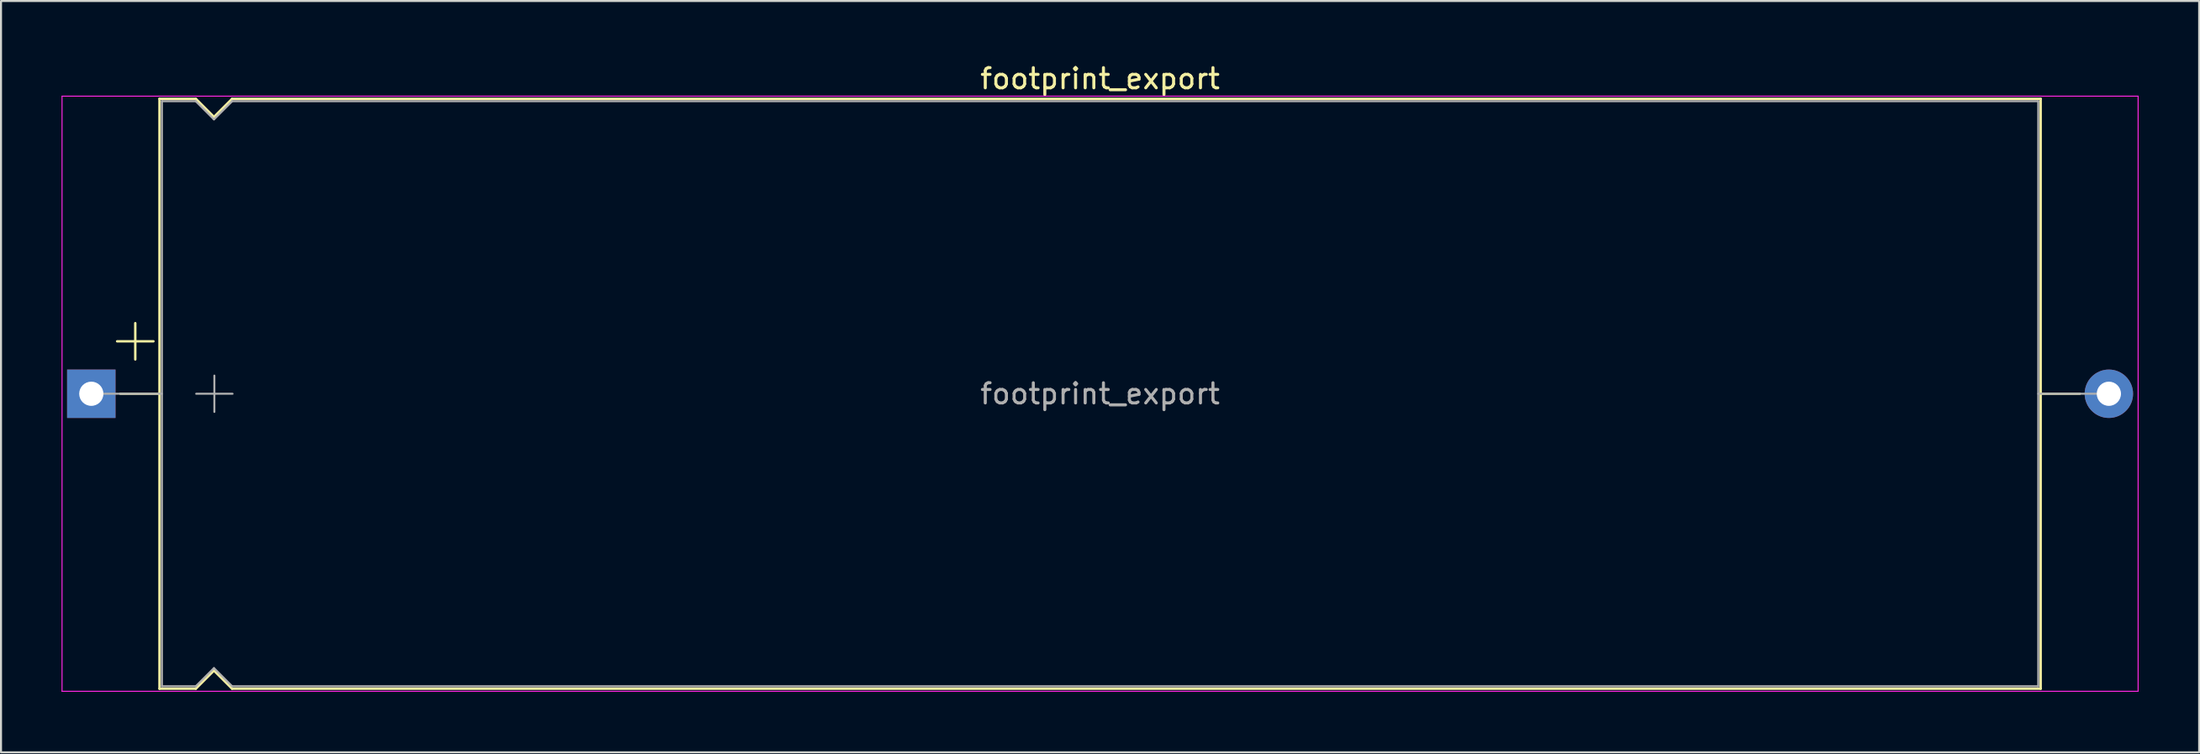
<source format=kicad_pcb>
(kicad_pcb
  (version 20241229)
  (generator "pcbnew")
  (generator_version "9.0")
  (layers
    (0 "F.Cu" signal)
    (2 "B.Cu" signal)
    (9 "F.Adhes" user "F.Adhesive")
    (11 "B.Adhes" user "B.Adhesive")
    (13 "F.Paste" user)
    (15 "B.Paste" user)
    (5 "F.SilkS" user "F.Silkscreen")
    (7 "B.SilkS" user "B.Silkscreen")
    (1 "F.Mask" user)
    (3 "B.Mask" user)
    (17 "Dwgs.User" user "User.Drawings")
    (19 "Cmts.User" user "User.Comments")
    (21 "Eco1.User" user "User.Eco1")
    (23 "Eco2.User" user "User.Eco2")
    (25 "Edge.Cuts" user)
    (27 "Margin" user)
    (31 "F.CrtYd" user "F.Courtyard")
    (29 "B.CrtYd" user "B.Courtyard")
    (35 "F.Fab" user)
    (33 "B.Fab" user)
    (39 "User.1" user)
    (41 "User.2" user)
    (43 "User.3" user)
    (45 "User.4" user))
  (footprint "footprint_export"
    (layer "F.Cu")
    (at 1.475 16.468)
    (property "Reference" "footprint_export" (at 50 -15.62 0) (layer "F.SilkS") (effects (font (size 1 1) (thickness 0.15))))
    (attr through_hole)
    (fp_line (start 1.28 -2.6) (end 3.08 -2.6) (stroke (width 0.12) (type solid)) (layer "F.SilkS"))
    (fp_line (start 1.44 0) (end 3.38 0) (stroke (width 0.12) (type solid)) (layer "F.SilkS"))
    (fp_line (start 2.18 -3.5) (end 2.18 -1.7) (stroke (width 0.12) (type solid)) (layer "F.SilkS"))
    (fp_line (start 3.38 -14.62) (end 3.38 14.62) (stroke (width 0.12) (type solid)) (layer "F.SilkS"))
    (fp_line (start 3.38 -14.62) (end 5.18 -14.62) (stroke (width 0.12) (type solid)) (layer "F.SilkS"))
    (fp_line (start 3.38 14.62) (end 5.18 14.62) (stroke (width 0.12) (type solid)) (layer "F.SilkS"))
    (fp_line (start 5.18 -14.62) (end 6.08 -13.72) (stroke (width 0.12) (type solid)) (layer "F.SilkS"))
    (fp_line (start 5.18 14.62) (end 6.08 13.72) (stroke (width 0.12) (type solid)) (layer "F.SilkS"))
    (fp_line (start 6.08 -13.72) (end 6.98 -14.62) (stroke (width 0.12) (type solid)) (layer "F.SilkS"))
    (fp_line (start 6.08 13.72) (end 6.98 14.62) (stroke (width 0.12) (type solid)) (layer "F.SilkS"))
    (fp_line (start 6.98 -14.62) (end 96.62 -14.62) (stroke (width 0.12) (type solid)) (layer "F.SilkS"))
    (fp_line (start 6.98 14.62) (end 96.62 14.62) (stroke (width 0.12) (type solid)) (layer "F.SilkS"))
    (fp_line (start 96.62 -14.62) (end 96.62 14.62) (stroke (width 0.12) (type solid)) (layer "F.SilkS"))
    (fp_line (start 98.56 0) (end 96.62 0) (stroke (width 0.12) (type solid)) (layer "F.SilkS"))
    (fp_line (start -1.45 -14.75) (end -1.45 14.75) (stroke (width 0.05) (type solid)) (layer "F.CrtYd"))
    (fp_line (start -1.45 14.75) (end 101.45 14.75) (stroke (width 0.05) (type solid)) (layer "F.CrtYd"))
    (fp_line (start 101.45 -14.75) (end -1.45 -14.75) (stroke (width 0.05) (type solid)) (layer "F.CrtYd"))
    (fp_line (start 101.45 14.75) (end 101.45 -14.75) (stroke (width 0.05) (type solid)) (layer "F.CrtYd"))
    (fp_line (start 0 0) (end 3.5 0) (stroke (width 0.1) (type solid)) (layer "F.Fab"))
    (fp_line (start 3.5 -14.5) (end 3.5 14.5) (stroke (width 0.1) (type solid)) (layer "F.Fab"))
    (fp_line (start 3.5 -14.5) (end 5.18 -14.5) (stroke (width 0.1) (type solid)) (layer "F.Fab"))
    (fp_line (start 3.5 14.5) (end 5.18 14.5) (stroke (width 0.1) (type solid)) (layer "F.Fab"))
    (fp_line (start 5.18 -14.5) (end 6.08 -13.6) (stroke (width 0.1) (type solid)) (layer "F.Fab"))
    (fp_line (start 5.18 14.5) (end 6.08 13.6) (stroke (width 0.1) (type solid)) (layer "F.Fab"))
    (fp_line (start 5.2 0) (end 7 0) (stroke (width 0.1) (type solid)) (layer "F.Fab"))
    (fp_line (start 6.08 -13.6) (end 6.98 -14.5) (stroke (width 0.1) (type solid)) (layer "F.Fab"))
    (fp_line (start 6.08 13.6) (end 6.98 14.5) (stroke (width 0.1) (type solid)) (layer "F.Fab"))
    (fp_line (start 6.1 -0.9) (end 6.1 0.9) (stroke (width 0.1) (type solid)) (layer "F.Fab"))
    (fp_line (start 6.98 -14.5) (end 96.5 -14.5) (stroke (width 0.1) (type solid)) (layer "F.Fab"))
    (fp_line (start 6.98 14.5) (end 96.5 14.5) (stroke (width 0.1) (type solid)) (layer "F.Fab"))
    (fp_line (start 96.5 -14.5) (end 96.5 14.5) (stroke (width 0.1) (type solid)) (layer "F.Fab"))
    (fp_line (start 100 0) (end 96.5 0) (stroke (width 0.1) (type solid)) (layer "F.Fab"))
    (fp_text user "${REFERENCE}" (at 50 0 0) (layer "F.Fab") (effects (font (size 1 1) (thickness 0.15))))
    (pad "1" thru_hole rect (at 0 0) (size 2.4 2.4) (drill 1.2) (layers "*.Cu" "*.Mask"))
    (pad "2" thru_hole oval (at 100 0) (size 2.4 2.4) (drill 1.2) (layers "*.Cu" "*.Mask")))
  (gr_rect
    (start -3 -3)
    (end 105.95 34.243)
    (stroke (width 0.1) (type default))
    (fill no)
    (layer "Edge.Cuts")))
</source>
